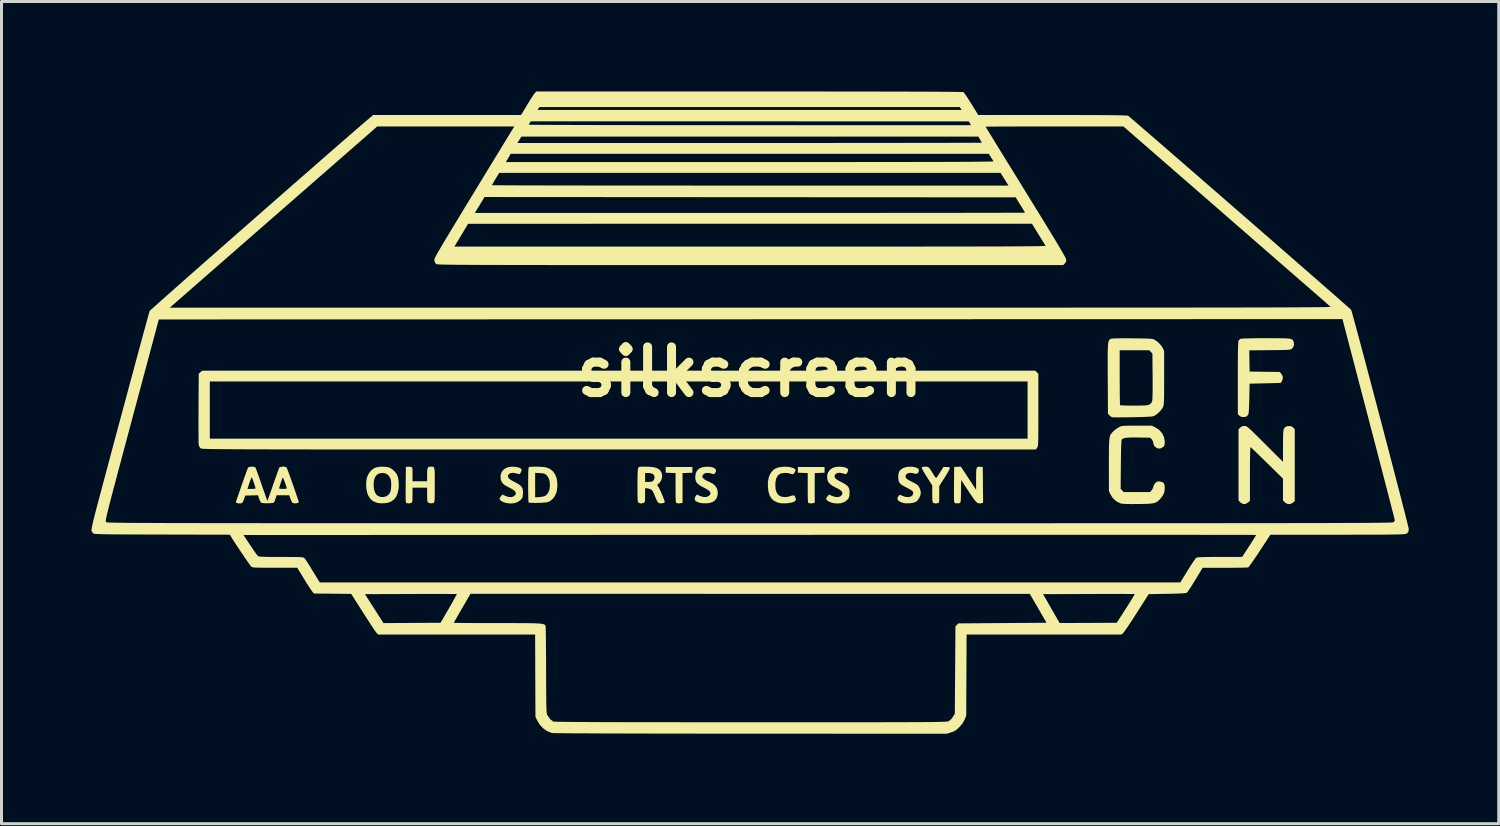
<source format=kicad_pcb>
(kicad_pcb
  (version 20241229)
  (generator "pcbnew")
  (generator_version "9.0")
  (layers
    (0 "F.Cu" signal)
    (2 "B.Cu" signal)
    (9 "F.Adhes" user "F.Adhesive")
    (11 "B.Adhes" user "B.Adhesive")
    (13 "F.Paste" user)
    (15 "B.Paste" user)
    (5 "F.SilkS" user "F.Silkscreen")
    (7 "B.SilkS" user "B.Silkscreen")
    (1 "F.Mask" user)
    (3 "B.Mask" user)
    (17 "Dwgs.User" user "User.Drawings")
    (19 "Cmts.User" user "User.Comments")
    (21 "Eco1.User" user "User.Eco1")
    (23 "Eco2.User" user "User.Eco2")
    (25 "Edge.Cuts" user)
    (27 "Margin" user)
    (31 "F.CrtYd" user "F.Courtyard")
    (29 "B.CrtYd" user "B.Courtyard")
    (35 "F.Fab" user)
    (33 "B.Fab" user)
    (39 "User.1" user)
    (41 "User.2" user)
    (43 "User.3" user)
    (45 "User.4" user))
  (footprint "silkscreen"
    (layer "F.Cu")
    (at 21.953 9.35)
    (property "Reference" "silkscreen" (at 0 0 0) (layer "F.SilkS") (effects (font (size 1.524 1.524) (thickness 0.3))))
    (attr board_only exclude_from_pos_files exclude_from_bom)
    (fp_poly (pts (xy -1.917 3.361) (xy -2.081 3.367) (xy -2.246 3.373) (xy -2.246 4.363) (xy -2.293 4.375) (xy -2.373 4.385) (xy -2.441 4.374) (xy -2.453 4.368) (xy -2.462 4.354) (xy -2.469 4.325) (xy -2.473 4.278) (xy -2.476 4.208) (xy -2.478 4.108) (xy -2.478 3.974) (xy -2.479 3.869) (xy -2.479 3.373) (xy -2.643 3.367) (xy -2.807 3.361) (xy -2.807 3.17) (xy -1.917 3.17)) (stroke (width 0) (type solid)) (fill yes) (layer "F.SilkS"))
    (fp_poly (pts (xy 2.489 3.361) (xy 2.325 3.367) (xy 2.161 3.373) (xy 2.161 4.363) (xy 2.113 4.375) (xy 2.033 4.385) (xy 1.965 4.374) (xy 1.953 4.368) (xy 1.944 4.354) (xy 1.937 4.325) (xy 1.933 4.278) (xy 1.93 4.208) (xy 1.928 4.108) (xy 1.928 3.974) (xy 1.928 3.869) (xy 1.928 3.373) (xy 1.764 3.367) (xy 1.599 3.361) (xy 1.599 3.17) (xy 2.489 3.17)) (stroke (width 0) (type solid)) (fill yes) (layer "F.SilkS"))
    (fp_poly (pts (xy 7.288 3.544) (xy 7.542 3.93) (xy 7.542 3.568) (xy 7.542 3.426) (xy 7.545 3.32) (xy 7.552 3.247) (xy 7.565 3.199) (xy 7.586 3.173) (xy 7.616 3.162) (xy 7.659 3.161) (xy 7.683 3.163) (xy 7.764 3.17) (xy 7.775 4.364) (xy 7.714 4.378) (xy 7.669 4.385) (xy 7.629 4.384) (xy 7.592 4.371) (xy 7.553 4.341) (xy 7.507 4.29) (xy 7.45 4.215) (xy 7.379 4.112) (xy 7.294 3.985) (xy 7.044 3.605) (xy 7.038 3.984) (xy 7.036 4.119) (xy 7.033 4.218) (xy 7.03 4.286) (xy 7.024 4.33) (xy 7.016 4.355) (xy 7.004 4.368) (xy 6.988 4.375) (xy 6.985 4.376) (xy 6.906 4.385) (xy 6.837 4.374) (xy 6.826 4.369) (xy 6.817 4.356) (xy 6.811 4.331) (xy 6.807 4.29) (xy 6.804 4.227) (xy 6.803 4.138) (xy 6.803 4.019) (xy 6.804 3.864) (xy 6.805 3.767) (xy 6.811 3.17) (xy 7.033 3.157)) (stroke (width 0) (type solid)) (fill yes) (layer "F.SilkS"))
    (fp_poly (pts (xy 5.895 3.161) (xy 5.936 3.17) (xy 5.97 3.192) (xy 6.006 3.234) (xy 6.049 3.301) (xy 6.101 3.388) (xy 6.144 3.457) (xy 6.18 3.509) (xy 6.204 3.535) (xy 6.209 3.536) (xy 6.227 3.517) (xy 6.261 3.469) (xy 6.306 3.401) (xy 6.339 3.35) (xy 6.451 3.17) (xy 6.557 3.17) (xy 6.624 3.173) (xy 6.659 3.186) (xy 6.668 3.204) (xy 6.66 3.232) (xy 6.631 3.29) (xy 6.587 3.369) (xy 6.531 3.462) (xy 6.494 3.522) (xy 6.313 3.806) (xy 6.313 4.084) (xy 6.313 4.197) (xy 6.311 4.275) (xy 6.307 4.325) (xy 6.299 4.353) (xy 6.286 4.368) (xy 6.267 4.375) (xy 6.265 4.375) (xy 6.189 4.387) (xy 6.13 4.373) (xy 6.117 4.366) (xy 6.102 4.352) (xy 6.091 4.327) (xy 6.085 4.284) (xy 6.081 4.216) (xy 6.08 4.115) (xy 6.08 4.064) (xy 6.08 3.785) (xy 5.899 3.501) (xy 5.837 3.403) (xy 5.786 3.315) (xy 5.749 3.246) (xy 5.73 3.201) (xy 5.728 3.188) (xy 5.759 3.168) (xy 5.829 3.159) (xy 5.843 3.159)) (stroke (width 0) (type solid)) (fill yes) (layer "F.SilkS"))
    (fp_poly (pts (xy 1.311 3.17) (xy 1.417 3.194) (xy 1.494 3.231) (xy 1.519 3.253) (xy 1.523 3.277) (xy 1.508 3.318) (xy 1.499 3.337) (xy 1.466 3.391) (xy 1.429 3.411) (xy 1.373 3.402) (xy 1.341 3.391) (xy 1.255 3.371) (xy 1.154 3.368) (xy 1.058 3.381) (xy 0.998 3.402) (xy 0.925 3.463) (xy 0.876 3.559) (xy 0.851 3.689) (xy 0.848 3.769) (xy 0.856 3.901) (xy 0.883 4.002) (xy 0.931 4.081) (xy 0.96 4.111) (xy 1.035 4.154) (xy 1.134 4.173) (xy 1.244 4.168) (xy 1.326 4.148) (xy 1.403 4.123) (xy 1.452 4.117) (xy 1.483 4.129) (xy 1.507 4.162) (xy 1.515 4.177) (xy 1.534 4.242) (xy 1.518 4.293) (xy 1.466 4.333) (xy 1.374 4.36) (xy 1.244 4.378) (xy 1.197 4.381) (xy 1.09 4.383) (xy 1.006 4.375) (xy 0.926 4.354) (xy 0.911 4.349) (xy 0.802 4.296) (xy 0.719 4.222) (xy 0.659 4.122) (xy 0.62 3.992) (xy 0.6 3.838) (xy 0.601 3.661) (xy 0.631 3.506) (xy 0.689 3.376) (xy 0.772 3.275) (xy 0.854 3.219) (xy 0.949 3.185) (xy 1.065 3.166) (xy 1.19 3.161)) (stroke (width 0) (type solid)) (fill yes) (layer "F.SilkS"))
    (fp_poly (pts (xy 16.511 1.803) (xy 16.533 1.807) (xy 16.557 1.817) (xy 16.587 1.836) (xy 16.625 1.866) (xy 16.676 1.911) (xy 16.742 1.972) (xy 16.825 2.054) (xy 16.931 2.158) (xy 17.06 2.287) (xy 17.174 2.401) (xy 17.774 2.999) (xy 17.774 2.487) (xy 17.775 2.324) (xy 17.777 2.181) (xy 17.781 2.063) (xy 17.787 1.976) (xy 17.793 1.924) (xy 17.796 1.917) (xy 17.836 1.849) (xy 17.898 1.813) (xy 17.976 1.803) (xy 18.048 1.811) (xy 18.101 1.844) (xy 18.114 1.857) (xy 18.166 1.912) (xy 18.166 4.308) (xy 18.106 4.359) (xy 18.026 4.404) (xy 17.942 4.408) (xy 17.863 4.371) (xy 17.836 4.348) (xy 17.774 4.286) (xy 17.774 3.559) (xy 17.242 3.036) (xy 17.117 2.914) (xy 17.002 2.802) (xy 16.9 2.703) (xy 16.814 2.62) (xy 16.748 2.557) (xy 16.706 2.518) (xy 16.691 2.505) (xy 16.687 2.524) (xy 16.683 2.582) (xy 16.679 2.674) (xy 16.677 2.798) (xy 16.674 2.948) (xy 16.673 3.122) (xy 16.672 3.316) (xy 16.672 3.399) (xy 16.672 4.3) (xy 16.607 4.355) (xy 16.527 4.402) (xy 16.449 4.406) (xy 16.374 4.368) (xy 16.353 4.348) (xy 16.291 4.286) (xy 16.291 1.914) (xy 16.347 1.858) (xy 16.404 1.816) (xy 16.475 1.802) (xy 16.489 1.802)) (stroke (width 0) (type solid)) (fill yes) (layer "F.SilkS"))
    (fp_poly (pts (xy -1.302 3.168) (xy -1.213 3.194) (xy -1.154 3.233) (xy -1.129 3.283) (xy -1.141 3.341) (xy -1.161 3.371) (xy -1.193 3.404) (xy -1.224 3.409) (xy -1.268 3.394) (xy -1.355 3.37) (xy -1.441 3.368) (xy -1.514 3.387) (xy -1.552 3.415) (xy -1.579 3.459) (xy -1.589 3.491) (xy -1.569 3.536) (xy -1.515 3.584) (xy -1.432 3.633) (xy -1.362 3.663) (xy -1.234 3.729) (xy -1.142 3.814) (xy -1.086 3.917) (xy -1.07 4.035) (xy -1.075 4.089) (xy -1.107 4.203) (xy -1.165 4.287) (xy -1.253 4.343) (xy -1.372 4.375) (xy -1.448 4.381) (xy -1.56 4.38) (xy -1.657 4.368) (xy -1.69 4.359) (xy -1.753 4.335) (xy -1.802 4.311) (xy -1.812 4.303) (xy -1.839 4.256) (xy -1.836 4.194) (xy -1.806 4.135) (xy -1.769 4.089) (xy -1.673 4.133) (xy -1.556 4.171) (xy -1.455 4.171) (xy -1.372 4.134) (xy -1.363 4.126) (xy -1.324 4.087) (xy -1.315 4.053) (xy -1.324 4.015) (xy -1.343 3.981) (xy -1.379 3.948) (xy -1.44 3.909) (xy -1.533 3.86) (xy -1.536 3.859) (xy -1.652 3.795) (xy -1.733 3.737) (xy -1.785 3.676) (xy -1.812 3.605) (xy -1.822 3.517) (xy -1.822 3.5) (xy -1.805 3.378) (xy -1.757 3.282) (xy -1.675 3.214) (xy -1.562 3.173) (xy -1.419 3.16)) (stroke (width 0) (type solid)) (fill yes) (layer "F.SilkS"))
    (fp_poly (pts (xy -12.131 3.167) (xy -12.032 3.187) (xy -12.001 3.199) (xy -11.92 3.25) (xy -11.841 3.324) (xy -11.778 3.405) (xy -11.754 3.453) (xy -11.726 3.559) (xy -11.71 3.688) (xy -11.708 3.823) (xy -11.716 3.908) (xy -11.748 4.056) (xy -11.8 4.172) (xy -11.876 4.261) (xy -11.979 4.331) (xy -11.98 4.331) (xy -12.069 4.362) (xy -12.182 4.379) (xy -12.302 4.382) (xy -12.41 4.37) (xy -12.449 4.36) (xy -12.564 4.309) (xy -12.65 4.236) (xy -12.72 4.133) (xy -12.763 4.021) (xy -12.789 3.885) (xy -12.795 3.76) (xy -12.546 3.76) (xy -12.534 3.909) (xy -12.498 4.027) (xy -12.437 4.11) (xy -12.407 4.133) (xy -12.315 4.169) (xy -12.212 4.172) (xy -12.116 4.143) (xy -12.103 4.135) (xy -12.038 4.083) (xy -11.994 4.015) (xy -11.969 3.924) (xy -11.96 3.801) (xy -11.959 3.774) (xy -11.961 3.674) (xy -11.969 3.604) (xy -11.986 3.551) (xy -12.001 3.522) (xy -12.068 3.434) (xy -12.147 3.385) (xy -12.247 3.368) (xy -12.255 3.368) (xy -12.363 3.385) (xy -12.446 3.437) (xy -12.505 3.522) (xy -12.538 3.641) (xy -12.546 3.76) (xy -12.795 3.76) (xy -12.796 3.739) (xy -12.784 3.595) (xy -12.765 3.511) (xy -12.714 3.396) (xy -12.636 3.295) (xy -12.541 3.219) (xy -12.465 3.185) (xy -12.363 3.166) (xy -12.246 3.16)) (stroke (width 0) (type solid)) (fill yes) (layer "F.SilkS"))
    (fp_poly (pts (xy -10.572 3.161) (xy -10.549 3.17) (xy -10.532 3.191) (xy -10.52 3.228) (xy -10.513 3.285) (xy -10.509 3.368) (xy -10.508 3.481) (xy -10.507 3.628) (xy -10.507 3.765) (xy -10.508 3.937) (xy -10.508 4.071) (xy -10.509 4.173) (xy -10.512 4.246) (xy -10.516 4.297) (xy -10.522 4.33) (xy -10.53 4.35) (xy -10.54 4.362) (xy -10.552 4.369) (xy -10.605 4.382) (xy -10.667 4.378) (xy -10.721 4.36) (xy -10.749 4.333) (xy -10.754 4.299) (xy -10.758 4.233) (xy -10.761 4.146) (xy -10.762 4.08) (xy -10.762 3.859) (xy -11.249 3.859) (xy -11.249 4.102) (xy -11.25 4.208) (xy -11.252 4.279) (xy -11.258 4.324) (xy -11.269 4.35) (xy -11.286 4.364) (xy -11.29 4.367) (xy -11.359 4.385) (xy -11.445 4.374) (xy -11.456 4.369) (xy -11.465 4.356) (xy -11.471 4.331) (xy -11.475 4.29) (xy -11.478 4.227) (xy -11.479 4.138) (xy -11.479 4.019) (xy -11.478 3.864) (xy -11.477 3.767) (xy -11.471 3.17) (xy -11.41 3.163) (xy -11.346 3.162) (xy -11.299 3.168) (xy -11.277 3.176) (xy -11.263 3.19) (xy -11.254 3.218) (xy -11.25 3.268) (xy -11.249 3.348) (xy -11.249 3.414) (xy -11.249 3.647) (xy -10.762 3.647) (xy -10.762 3.428) (xy -10.76 3.317) (xy -10.753 3.241) (xy -10.738 3.194) (xy -10.711 3.169) (xy -10.67 3.16) (xy -10.643 3.159) (xy -10.603 3.159)) (stroke (width 0) (type solid)) (fill yes) (layer "F.SilkS"))
    (fp_poly (pts (xy -7.048 3.161) (xy -6.949 3.166) (xy -6.863 3.173) (xy -6.801 3.182) (xy -6.8 3.182) (xy -6.67 3.232) (xy -6.565 3.317) (xy -6.492 3.42) (xy -6.447 3.535) (xy -6.423 3.675) (xy -6.419 3.825) (xy -6.438 3.97) (xy -6.45 4.019) (xy -6.501 4.135) (xy -6.576 4.235) (xy -6.668 4.309) (xy -6.747 4.344) (xy -6.797 4.352) (xy -6.873 4.359) (xy -6.967 4.364) (xy -7.069 4.367) (xy -7.17 4.368) (xy -7.261 4.366) (xy -7.332 4.363) (xy -7.373 4.356) (xy -7.379 4.353) (xy -7.383 4.329) (xy -7.386 4.268) (xy -7.389 4.176) (xy -7.391 4.059) (xy -7.393 3.921) (xy -7.393 3.769) (xy -7.393 3.762) (xy -7.393 3.589) (xy -7.392 3.453) (xy -7.391 3.366) (xy -7.16 3.366) (xy -7.16 4.182) (xy -7.01 4.172) (xy -6.896 4.157) (xy -6.819 4.13) (xy -6.804 4.12) (xy -6.731 4.041) (xy -6.686 3.931) (xy -6.669 3.792) (xy -6.669 3.787) (xy -6.677 3.655) (xy -6.704 3.554) (xy -6.753 3.473) (xy -6.78 3.444) (xy -6.819 3.411) (xy -6.86 3.392) (xy -6.916 3.381) (xy -7 3.375) (xy -7.002 3.374) (xy -7.16 3.366) (xy -7.391 3.366) (xy -7.39 3.35) (xy -7.387 3.276) (xy -7.383 3.226) (xy -7.377 3.195) (xy -7.368 3.178) (xy -7.36 3.172) (xy -7.317 3.165) (xy -7.244 3.161) (xy -7.151 3.16)) (stroke (width 0) (type solid)) (fill yes) (layer "F.SilkS"))
    (fp_poly (pts (xy 5.452 3.167) (xy 5.55 3.193) (xy 5.605 3.22) (xy 5.63 3.25) (xy 5.635 3.285) (xy 5.619 3.352) (xy 5.577 3.392) (xy 5.517 3.398) (xy 5.495 3.392) (xy 5.401 3.368) (xy 5.316 3.368) (xy 5.247 3.389) (xy 5.202 3.43) (xy 5.19 3.475) (xy 5.194 3.513) (xy 5.209 3.544) (xy 5.243 3.575) (xy 5.3 3.611) (xy 5.387 3.657) (xy 5.431 3.679) (xy 5.517 3.723) (xy 5.574 3.759) (xy 5.612 3.796) (xy 5.642 3.84) (xy 5.651 3.858) (xy 5.68 3.931) (xy 5.697 4.004) (xy 5.699 4.028) (xy 5.683 4.119) (xy 5.642 4.212) (xy 5.584 4.291) (xy 5.533 4.333) (xy 5.465 4.358) (xy 5.371 4.375) (xy 5.268 4.383) (xy 5.171 4.38) (xy 5.116 4.37) (xy 5.01 4.333) (xy 4.944 4.287) (xy 4.917 4.234) (xy 4.93 4.175) (xy 4.957 4.139) (xy 4.999 4.094) (xy 5.089 4.135) (xy 5.191 4.168) (xy 5.284 4.175) (xy 5.362 4.158) (xy 5.417 4.119) (xy 5.443 4.059) (xy 5.444 4.042) (xy 5.44 4.008) (xy 5.422 3.978) (xy 5.386 3.947) (xy 5.324 3.91) (xy 5.231 3.861) (xy 5.205 3.848) (xy 5.097 3.79) (xy 5.023 3.737) (xy 4.978 3.68) (xy 4.954 3.611) (xy 4.947 3.522) (xy 4.947 3.502) (xy 4.955 3.391) (xy 4.984 3.31) (xy 5.04 3.248) (xy 5.117 3.202) (xy 5.215 3.171) (xy 5.332 3.159)) (stroke (width 0) (type solid)) (fill yes) (layer "F.SilkS"))
    (fp_poly (pts (xy -7.845 3.163) (xy -7.751 3.176) (xy -7.674 3.2) (xy -7.624 3.235) (xy -7.614 3.252) (xy -7.615 3.29) (xy -7.634 3.343) (xy -7.637 3.35) (xy -7.666 3.395) (xy -7.697 3.408) (xy -7.718 3.404) (xy -7.833 3.373) (xy -7.919 3.363) (xy -7.982 3.374) (xy -8.031 3.405) (xy -8.042 3.416) (xy -8.067 3.459) (xy -8.061 3.509) (xy -8.059 3.515) (xy -8.038 3.549) (xy -7.997 3.584) (xy -7.929 3.626) (xy -7.848 3.668) (xy -7.732 3.731) (xy -7.651 3.788) (xy -7.6 3.848) (xy -7.573 3.916) (xy -7.565 4.002) (xy -7.567 4.054) (xy -7.574 4.135) (xy -7.586 4.189) (xy -7.611 4.231) (xy -7.644 4.269) (xy -7.739 4.337) (xy -7.858 4.378) (xy -7.993 4.388) (xy -8.136 4.368) (xy -8.174 4.357) (xy -8.257 4.323) (xy -8.317 4.281) (xy -8.345 4.238) (xy -8.347 4.228) (xy -8.334 4.194) (xy -8.302 4.149) (xy -8.299 4.145) (xy -8.251 4.089) (xy -8.156 4.133) (xy -8.047 4.169) (xy -7.95 4.174) (xy -7.872 4.149) (xy -7.819 4.096) (xy -7.817 4.093) (xy -7.803 4.042) (xy -7.82 3.993) (xy -7.87 3.944) (xy -7.957 3.891) (xy -8.011 3.864) (xy -8.127 3.804) (xy -8.208 3.748) (xy -8.262 3.691) (xy -8.294 3.626) (xy -8.306 3.584) (xy -8.315 3.464) (xy -8.285 3.355) (xy -8.222 3.265) (xy -8.128 3.2) (xy -8.127 3.2) (xy -8.043 3.174) (xy -7.945 3.162)) (stroke (width 0) (type solid)) (fill yes) (layer "F.SilkS"))
    (fp_poly (pts (xy 3.044 3.163) (xy 3.138 3.176) (xy 3.215 3.2) (xy 3.265 3.235) (xy 3.275 3.252) (xy 3.274 3.29) (xy 3.255 3.343) (xy 3.252 3.35) (xy 3.222 3.395) (xy 3.192 3.408) (xy 3.171 3.404) (xy 3.056 3.373) (xy 2.97 3.363) (xy 2.907 3.374) (xy 2.858 3.405) (xy 2.847 3.416) (xy 2.822 3.459) (xy 2.828 3.509) (xy 2.83 3.515) (xy 2.85 3.549) (xy 2.891 3.584) (xy 2.96 3.626) (xy 3.04 3.668) (xy 3.156 3.731) (xy 3.237 3.788) (xy 3.289 3.848) (xy 3.315 3.916) (xy 3.323 4.002) (xy 3.322 4.054) (xy 3.315 4.135) (xy 3.302 4.189) (xy 3.278 4.231) (xy 3.245 4.269) (xy 3.15 4.337) (xy 3.031 4.378) (xy 2.895 4.388) (xy 2.752 4.368) (xy 2.715 4.357) (xy 2.632 4.323) (xy 2.572 4.281) (xy 2.543 4.238) (xy 2.542 4.228) (xy 2.555 4.194) (xy 2.586 4.149) (xy 2.59 4.145) (xy 2.638 4.089) (xy 2.733 4.133) (xy 2.842 4.169) (xy 2.939 4.174) (xy 3.017 4.149) (xy 3.07 4.096) (xy 3.071 4.093) (xy 3.086 4.042) (xy 3.069 3.993) (xy 3.019 3.944) (xy 2.932 3.891) (xy 2.877 3.864) (xy 2.762 3.804) (xy 2.681 3.748) (xy 2.627 3.691) (xy 2.594 3.626) (xy 2.582 3.584) (xy 2.574 3.464) (xy 2.603 3.355) (xy 2.667 3.265) (xy 2.761 3.2) (xy 2.762 3.2) (xy 2.846 3.174) (xy 2.943 3.162)) (stroke (width 0) (type solid)) (fill yes) (layer "F.SilkS"))
    (fp_poly (pts (xy 17.422 -1.124) (xy 17.6 -1.123) (xy 17.744 -1.122) (xy 17.856 -1.118) (xy 17.943 -1.113) (xy 18.007 -1.105) (xy 18.052 -1.093) (xy 18.083 -1.078) (xy 18.104 -1.058) (xy 18.117 -1.033) (xy 18.128 -1.002) (xy 18.133 -0.989) (xy 18.143 -0.901) (xy 18.113 -0.822) (xy 18.07 -0.774) (xy 18.056 -0.762) (xy 18.037 -0.753) (xy 18.009 -0.745) (xy 17.968 -0.74) (xy 17.909 -0.735) (xy 17.828 -0.732) (xy 17.72 -0.729) (xy 17.58 -0.727) (xy 17.404 -0.725) (xy 17.337 -0.725) (xy 16.65 -0.718) (xy 16.656 -0.364) (xy 16.661 -0.011) (xy 17.163 -0.005) (xy 17.665 0.001) (xy 17.719 0.066) (xy 17.764 0.143) (xy 17.769 0.222) (xy 17.741 0.298) (xy 17.718 0.342) (xy 17.705 0.364) (xy 17.704 0.365) (xy 17.683 0.366) (xy 17.625 0.369) (xy 17.536 0.372) (xy 17.422 0.375) (xy 17.289 0.378) (xy 17.18 0.381) (xy 16.661 0.392) (xy 16.651 0.893) (xy 16.647 1.059) (xy 16.642 1.188) (xy 16.637 1.284) (xy 16.631 1.352) (xy 16.623 1.398) (xy 16.614 1.425) (xy 16.609 1.433) (xy 16.568 1.477) (xy 16.527 1.499) (xy 16.467 1.505) (xy 16.448 1.505) (xy 16.373 1.495) (xy 16.32 1.461) (xy 16.315 1.456) (xy 16.269 1.407) (xy 16.268 0.206) (xy 16.268 -0.09) (xy 16.269 -0.344) (xy 16.271 -0.557) (xy 16.273 -0.73) (xy 16.277 -0.864) (xy 16.281 -0.96) (xy 16.286 -1.018) (xy 16.29 -1.038) (xy 16.327 -1.082) (xy 16.353 -1.102) (xy 16.386 -1.108) (xy 16.459 -1.113) (xy 16.571 -1.117) (xy 16.718 -1.12) (xy 16.9 -1.123) (xy 17.114 -1.124) (xy 17.206 -1.124)) (stroke (width 0) (type solid)) (fill yes) (layer "F.SilkS"))
    (fp_poly (pts (xy -3.331 3.164) (xy -3.202 3.179) (xy -3.104 3.206) (xy -3.031 3.246) (xy -3.01 3.263) (xy -2.952 3.345) (xy -2.926 3.442) (xy -2.932 3.544) (xy -2.971 3.641) (xy -3.022 3.704) (xy -3.095 3.773) (xy -3.052 3.832) (xy -3.028 3.874) (xy -2.994 3.942) (xy -2.956 4.026) (xy -2.917 4.117) (xy -2.882 4.204) (xy -2.855 4.278) (xy -2.84 4.327) (xy -2.839 4.338) (xy -2.857 4.361) (xy -2.903 4.377) (xy -2.961 4.384) (xy -3.017 4.379) (xy -3.037 4.373) (xy -3.069 4.344) (xy -3.106 4.282) (xy -3.15 4.183) (xy -3.165 4.145) (xy -3.204 4.05) (xy -3.234 3.987) (xy -3.261 3.948) (xy -3.289 3.924) (xy -3.317 3.91) (xy -3.382 3.889) (xy -3.44 3.88) (xy -3.442 3.88) (xy -3.495 3.88) (xy -3.495 4.114) (xy -3.496 4.216) (xy -3.498 4.284) (xy -3.504 4.325) (xy -3.515 4.348) (xy -3.532 4.361) (xy -3.55 4.368) (xy -3.614 4.386) (xy -3.668 4.38) (xy -3.686 4.373) (xy -3.724 4.349) (xy -3.733 4.338) (xy -3.739 4.309) (xy -3.743 4.244) (xy -3.746 4.151) (xy -3.749 4.037) (xy -3.749 3.908) (xy -3.749 3.773) (xy -3.748 3.668) (xy -3.495 3.668) (xy -3.379 3.668) (xy -3.299 3.663) (xy -3.246 3.646) (xy -3.22 3.626) (xy -3.188 3.572) (xy -3.178 3.52) (xy -3.194 3.446) (xy -3.242 3.398) (xy -3.324 3.374) (xy -3.379 3.371) (xy -3.495 3.371) (xy -3.495 3.668) (xy -3.748 3.668) (xy -3.748 3.637) (xy -3.746 3.507) (xy -3.743 3.392) (xy -3.739 3.298) (xy -3.734 3.232) (xy -3.728 3.2) (xy -3.713 3.181) (xy -3.688 3.169) (xy -3.644 3.162) (xy -3.573 3.16) (xy -3.496 3.159)) (stroke (width 0) (type solid)) (fill yes) (layer "F.SilkS"))
    (fp_poly (pts (xy 9.566 0.01) (xy 9.618 0.062) (xy 9.618 1.268) (xy 9.618 1.525) (xy 9.617 1.742) (xy 9.617 1.924) (xy 9.616 2.074) (xy 9.615 2.195) (xy 9.613 2.29) (xy 9.61 2.364) (xy 9.607 2.419) (xy 9.602 2.458) (xy 9.597 2.486) (xy 9.59 2.505) (xy 9.582 2.52) (xy 9.574 2.531) (xy 9.53 2.587) (xy -4.372 2.587) (xy -5.291 2.587) (xy -6.169 2.587) (xy -7.006 2.587) (xy -7.803 2.587) (xy -8.562 2.587) (xy -9.284 2.587) (xy -9.969 2.586) (xy -10.618 2.586) (xy -11.232 2.586) (xy -11.813 2.586) (xy -12.361 2.586) (xy -12.877 2.586) (xy -13.362 2.586) (xy -13.818 2.585) (xy -14.244 2.585) (xy -14.642 2.585) (xy -15.014 2.584) (xy -15.359 2.584) (xy -15.679 2.583) (xy -15.975 2.583) (xy -16.248 2.582) (xy -16.498 2.581) (xy -16.727 2.581) (xy -16.936 2.58) (xy -17.126 2.579) (xy -17.297 2.578) (xy -17.45 2.577) (xy -17.588 2.576) (xy -17.709 2.575) (xy -17.816 2.573) (xy -17.909 2.572) (xy -17.99 2.571) (xy -18.059 2.569) (xy -18.117 2.567) (xy -18.166 2.566) (xy -18.205 2.564) (xy -18.237 2.562) (xy -18.262 2.56) (xy -18.281 2.558) (xy -18.294 2.555) (xy -18.304 2.553) (xy -18.311 2.55) (xy -18.315 2.548) (xy -18.319 2.545) (xy -18.319 2.544) (xy -18.356 2.493) (xy -18.377 2.433) (xy -18.38 2.399) (xy -18.382 2.327) (xy -18.383 2.226) (xy -18.007 2.226) (xy 9.258 2.226) (xy 9.258 0.318) (xy -18.007 0.318) (xy -18.007 2.226) (xy -18.383 2.226) (xy -18.383 2.221) (xy -18.384 2.085) (xy -18.385 1.923) (xy -18.385 1.739) (xy -18.385 1.539) (xy -18.384 1.324) (xy -18.384 1.212) (xy -18.377 0.06) (xy -18.318 0.009) (xy -18.259 -0.042) (xy 9.514 -0.042)) (stroke (width 0) (type solid)) (fill yes) (layer "F.SilkS"))
    (fp_poly (pts (xy 13.52 1.851) (xy 13.649 1.936) (xy 13.746 2.045) (xy 13.808 2.175) (xy 13.833 2.32) (xy 13.833 2.338) (xy 13.829 2.414) (xy 13.813 2.463) (xy 13.786 2.497) (xy 13.707 2.547) (xy 13.624 2.556) (xy 13.561 2.535) (xy 13.49 2.48) (xy 13.456 2.407) (xy 13.452 2.367) (xy 13.438 2.315) (xy 13.405 2.259) (xy 13.401 2.254) (xy 13.35 2.194) (xy 12.963 2.187) (xy 12.79 2.185) (xy 12.656 2.188) (xy 12.554 2.196) (xy 12.481 2.209) (xy 12.431 2.228) (xy 12.401 2.255) (xy 12.394 2.266) (xy 12.39 2.295) (xy 12.385 2.363) (xy 12.38 2.464) (xy 12.376 2.594) (xy 12.372 2.748) (xy 12.37 2.922) (xy 12.368 3.101) (xy 12.361 3.898) (xy 12.412 3.952) (xy 12.464 4.007) (xy 13.342 4.007) (xy 13.397 3.942) (xy 13.433 3.886) (xy 13.451 3.833) (xy 13.452 3.824) (xy 13.468 3.772) (xy 13.509 3.714) (xy 13.517 3.706) (xy 13.564 3.665) (xy 13.608 3.65) (xy 13.667 3.653) (xy 13.749 3.673) (xy 13.801 3.711) (xy 13.827 3.775) (xy 13.833 3.863) (xy 13.823 3.986) (xy 13.787 4.089) (xy 13.72 4.188) (xy 13.694 4.218) (xy 13.645 4.271) (xy 13.599 4.313) (xy 13.552 4.344) (xy 13.497 4.367) (xy 13.428 4.383) (xy 13.34 4.393) (xy 13.226 4.399) (xy 13.08 4.403) (xy 12.933 4.404) (xy 12.758 4.406) (xy 12.62 4.405) (xy 12.514 4.402) (xy 12.436 4.397) (xy 12.381 4.39) (xy 12.345 4.38) (xy 12.21 4.309) (xy 12.098 4.205) (xy 12.02 4.081) (xy 11.97 3.975) (xy 11.969 3.1) (xy 11.969 2.873) (xy 11.97 2.684) (xy 11.971 2.529) (xy 11.974 2.405) (xy 11.98 2.305) (xy 11.988 2.228) (xy 11.999 2.167) (xy 12.013 2.12) (xy 12.032 2.081) (xy 12.056 2.048) (xy 12.085 2.015) (xy 12.113 1.986) (xy 12.181 1.926) (xy 12.262 1.869) (xy 12.297 1.849) (xy 12.332 1.831) (xy 12.363 1.817) (xy 12.398 1.807) (xy 12.443 1.801) (xy 12.502 1.796) (xy 12.584 1.794) (xy 12.693 1.793) (xy 12.836 1.792) (xy 12.901 1.792) (xy 13.4 1.792)) (stroke (width 0) (type solid)) (fill yes) (layer "F.SilkS"))
    (fp_poly (pts (xy 12.613 -1.121) (xy 12.748 -1.12) (xy 12.938 -1.117) (xy 13.09 -1.115) (xy 13.209 -1.112) (xy 13.3 -1.109) (xy 13.368 -1.104) (xy 13.417 -1.098) (xy 13.452 -1.091) (xy 13.478 -1.081) (xy 13.489 -1.076) (xy 13.613 -0.988) (xy 13.715 -0.877) (xy 13.761 -0.803) (xy 13.812 -0.701) (xy 13.812 0.195) (xy 13.811 0.416) (xy 13.811 0.598) (xy 13.81 0.746) (xy 13.808 0.864) (xy 13.806 0.956) (xy 13.802 1.026) (xy 13.798 1.078) (xy 13.792 1.117) (xy 13.784 1.147) (xy 13.775 1.171) (xy 13.773 1.177) (xy 13.725 1.251) (xy 13.654 1.332) (xy 13.572 1.406) (xy 13.492 1.46) (xy 13.467 1.472) (xy 13.428 1.482) (xy 13.359 1.49) (xy 13.257 1.496) (xy 13.12 1.502) (xy 12.945 1.507) (xy 12.764 1.511) (xy 12.602 1.513) (xy 12.452 1.515) (xy 12.32 1.516) (xy 12.212 1.516) (xy 12.133 1.515) (xy 12.089 1.513) (xy 12.083 1.512) (xy 12.037 1.491) (xy 11.989 1.451) (xy 11.988 1.45) (xy 11.937 1.396) (xy 11.932 0.221) (xy 11.931 0.187) (xy 12.329 0.187) (xy 12.33 0.38) (xy 12.331 0.559) (xy 12.332 0.72) (xy 12.334 0.859) (xy 12.336 0.972) (xy 12.339 1.054) (xy 12.342 1.1) (xy 12.343 1.11) (xy 12.368 1.114) (xy 12.428 1.118) (xy 12.518 1.121) (xy 12.631 1.123) (xy 12.76 1.124) (xy 12.801 1.124) (xy 12.957 1.123) (xy 13.076 1.121) (xy 13.165 1.118) (xy 13.23 1.112) (xy 13.277 1.103) (xy 13.31 1.092) (xy 13.316 1.09) (xy 13.378 1.044) (xy 13.411 0.978) (xy 13.418 0.931) (xy 13.423 0.843) (xy 13.426 0.715) (xy 13.428 0.548) (xy 13.428 0.344) (xy 13.427 0.145) (xy 13.42 -0.611) (xy 13.369 -0.666) (xy 13.318 -0.721) (xy 12.329 -0.721) (xy 12.329 0.187) (xy 11.931 0.187) (xy 11.93 -0.042) (xy 11.93 -0.266) (xy 11.929 -0.454) (xy 11.93 -0.61) (xy 11.933 -0.737) (xy 11.936 -0.838) (xy 11.942 -0.916) (xy 11.949 -0.975) (xy 11.959 -1.018) (xy 11.971 -1.049) (xy 11.986 -1.07) (xy 12.004 -1.086) (xy 12.025 -1.098) (xy 12.034 -1.103) (xy 12.069 -1.11) (xy 12.144 -1.116) (xy 12.259 -1.119) (xy 12.415 -1.121)) (stroke (width 0) (type solid)) (fill yes) (layer "F.SilkS"))
    (fp_poly (pts (xy -15.481 3.167) (xy -15.448 3.186) (xy -15.436 3.211) (xy -15.413 3.271) (xy -15.38 3.358) (xy -15.341 3.466) (xy -15.297 3.589) (xy -15.25 3.72) (xy -15.203 3.853) (xy -15.158 3.982) (xy -15.118 4.101) (xy -15.083 4.202) (xy -15.058 4.28) (xy -15.043 4.329) (xy -15.041 4.341) (xy -15.06 4.363) (xy -15.106 4.378) (xy -15.165 4.383) (xy -15.211 4.378) (xy -15.247 4.364) (xy -15.274 4.332) (xy -15.302 4.274) (xy -15.315 4.239) (xy -15.361 4.113) (xy -15.779 4.113) (xy -15.815 4.224) (xy -15.838 4.29) (xy -15.86 4.339) (xy -15.87 4.356) (xy -15.901 4.367) (xy -15.962 4.375) (xy -16.041 4.379) (xy -16.127 4.38) (xy -16.206 4.377) (xy -16.268 4.37) (xy -16.298 4.36) (xy -16.321 4.327) (xy -16.348 4.269) (xy -16.364 4.224) (xy -16.401 4.112) (xy -16.614 4.118) (xy -16.827 4.124) (xy -16.866 4.239) (xy -16.892 4.305) (xy -16.917 4.354) (xy -16.932 4.371) (xy -16.979 4.384) (xy -17.047 4.384) (xy -17.101 4.374) (xy -17.133 4.359) (xy -17.138 4.35) (xy -17.132 4.324) (xy -17.113 4.265) (xy -17.084 4.178) (xy -17.047 4.071) (xy -17.005 3.948) (xy -16.989 3.901) (xy -16.753 3.901) (xy -16.617 3.901) (xy -16.548 3.899) (xy -16.499 3.893) (xy -16.481 3.885) (xy -16.488 3.856) (xy -16.505 3.799) (xy -16.528 3.726) (xy -16.554 3.649) (xy -16.579 3.581) (xy -16.598 3.532) (xy -16.607 3.515) (xy -16.619 3.527) (xy -16.64 3.571) (xy -16.667 3.641) (xy -16.687 3.7) (xy -16.753 3.901) (xy -16.989 3.901) (xy -16.959 3.817) (xy -16.912 3.684) (xy -16.867 3.554) (xy -16.824 3.435) (xy -16.787 3.332) (xy -16.757 3.252) (xy -16.737 3.201) (xy -16.73 3.186) (xy -16.698 3.17) (xy -16.64 3.16) (xy -16.609 3.159) (xy -16.544 3.164) (xy -16.498 3.178) (xy -16.488 3.186) (xy -16.476 3.212) (xy -16.452 3.273) (xy -16.419 3.363) (xy -16.378 3.477) (xy -16.331 3.609) (xy -16.281 3.753) (xy -16.232 3.896) (xy -16.187 4.025) (xy -16.148 4.135) (xy -16.118 4.221) (xy -16.098 4.277) (xy -16.09 4.299) (xy -16.09 4.299) (xy -16.082 4.282) (xy -16.062 4.229) (xy -16.032 4.147) (xy -15.994 4.039) (xy -15.949 3.913) (xy -15.939 3.884) (xy -15.698 3.884) (xy -15.678 3.893) (xy -15.628 3.899) (xy -15.57 3.901) (xy -15.503 3.899) (xy -15.458 3.893) (xy -15.444 3.885) (xy -15.45 3.849) (xy -15.467 3.791) (xy -15.491 3.721) (xy -15.517 3.649) (xy -15.543 3.584) (xy -15.564 3.538) (xy -15.577 3.518) (xy -15.579 3.52) (xy -15.6 3.578) (xy -15.626 3.653) (xy -15.652 3.732) (xy -15.675 3.804) (xy -15.691 3.858) (xy -15.698 3.884) (xy -15.939 3.884) (xy -15.9 3.771) (xy -15.899 3.769) (xy -15.849 3.625) (xy -15.802 3.493) (xy -15.761 3.378) (xy -15.728 3.286) (xy -15.705 3.224) (xy -15.694 3.196) (xy -15.662 3.174) (xy -15.605 3.161) (xy -15.539 3.158)) (stroke (width 0) (type solid)) (fill yes) (layer "F.SilkS"))
    (fp_poly (pts (xy 0.718 -9.35) (xy 1.417 -9.35) (xy 2.076 -9.35) (xy 2.696 -9.349) (xy 3.276 -9.349) (xy 3.816 -9.348) (xy 4.316 -9.347) (xy 4.775 -9.346) (xy 5.194 -9.345) (xy 5.572 -9.344) (xy 5.909 -9.343) (xy 6.205 -9.341) (xy 6.46 -9.34) (xy 6.674 -9.338) (xy 6.846 -9.336) (xy 6.976 -9.334) (xy 7.064 -9.332) (xy 7.111 -9.33) (xy 7.118 -9.329) (xy 7.14 -9.305) (xy 7.181 -9.251) (xy 7.235 -9.171) (xy 7.299 -9.073) (xy 7.369 -8.962) (xy 7.385 -8.937) (xy 7.612 -8.566) (xy 10.089 -8.566) (xy 10.512 -8.565) (xy 10.893 -8.565) (xy 11.234 -8.564) (xy 11.535 -8.563) (xy 11.797 -8.562) (xy 12.021 -8.56) (xy 12.208 -8.558) (xy 12.357 -8.555) (xy 12.472 -8.552) (xy 12.551 -8.549) (xy 12.596 -8.545) (xy 12.608 -8.543) (xy 12.628 -8.527) (xy 12.678 -8.484) (xy 12.757 -8.417) (xy 12.863 -8.326) (xy 12.994 -8.213) (xy 13.148 -8.08) (xy 13.324 -7.929) (xy 13.519 -7.76) (xy 13.733 -7.575) (xy 13.962 -7.375) (xy 14.207 -7.163) (xy 14.465 -6.94) (xy 14.733 -6.706) (xy 15.011 -6.465) (xy 15.297 -6.216) (xy 15.589 -5.963) (xy 15.885 -5.705) (xy 16.184 -5.445) (xy 16.484 -5.185) (xy 16.782 -4.925) (xy 17.078 -4.667) (xy 17.37 -4.413) (xy 17.655 -4.164) (xy 17.933 -3.922) (xy 18.201 -3.688) (xy 18.458 -3.464) (xy 18.702 -3.251) (xy 18.931 -3.051) (xy 19.144 -2.865) (xy 19.338 -2.695) (xy 19.513 -2.542) (xy 19.666 -2.408) (xy 19.795 -2.294) (xy 19.9 -2.202) (xy 19.977 -2.133) (xy 20.026 -2.089) (xy 20.045 -2.072) (xy 20.054 -2.047) (xy 20.073 -1.984) (xy 20.101 -1.885) (xy 20.137 -1.752) (xy 20.182 -1.589) (xy 20.234 -1.397) (xy 20.293 -1.179) (xy 20.357 -0.938) (xy 20.427 -0.677) (xy 20.502 -0.397) (xy 20.58 -0.101) (xy 20.662 0.208) (xy 20.746 0.527) (xy 20.833 0.855) (xy 20.921 1.188) (xy 21.009 1.524) (xy 21.098 1.86) (xy 21.185 2.195) (xy 21.272 2.524) (xy 21.356 2.847) (xy 21.438 3.16) (xy 21.516 3.461) (xy 21.59 3.747) (xy 21.66 4.016) (xy 21.724 4.265) (xy 21.782 4.492) (xy 21.834 4.693) (xy 21.878 4.868) (xy 21.914 5.012) (xy 21.942 5.124) (xy 21.96 5.201) (xy 21.968 5.24) (xy 21.968 5.244) (xy 21.958 5.32) (xy 21.922 5.371) (xy 21.882 5.397) (xy 21.868 5.402) (xy 21.844 5.406) (xy 21.808 5.41) (xy 21.758 5.414) (xy 21.692 5.417) (xy 21.606 5.419) (xy 21.5 5.421) (xy 21.369 5.423) (xy 21.213 5.424) (xy 21.029 5.426) (xy 20.814 5.426) (xy 20.566 5.427) (xy 20.283 5.427) (xy 19.962 5.428) (xy 19.601 5.428) (xy 17.355 5.428) (xy 17.001 5.967) (xy 16.912 6.102) (xy 16.829 6.225) (xy 16.755 6.333) (xy 16.694 6.42) (xy 16.648 6.482) (xy 16.621 6.514) (xy 16.616 6.518) (xy 16.588 6.521) (xy 16.523 6.523) (xy 16.425 6.526) (xy 16.3 6.528) (xy 16.153 6.53) (xy 15.989 6.531) (xy 15.839 6.531) (xy 15.094 6.532) (xy 14.85 6.936) (xy 14.777 7.054) (xy 14.709 7.162) (xy 14.65 7.252) (xy 14.603 7.319) (xy 14.572 7.358) (xy 14.564 7.364) (xy 14.528 7.373) (xy 14.453 7.381) (xy 14.337 7.388) (xy 14.18 7.393) (xy 13.982 7.398) (xy 13.909 7.399) (xy 13.296 7.41) (xy 12.898 8.036) (xy 12.803 8.184) (xy 12.713 8.322) (xy 12.63 8.447) (xy 12.559 8.552) (xy 12.502 8.634) (xy 12.463 8.688) (xy 12.445 8.709) (xy 12.39 8.756) (xy 7.225 8.756) (xy 7.219 10.108) (xy 7.213 11.46) (xy 7.162 11.587) (xy 7.108 11.692) (xy 7.027 11.796) (xy 6.981 11.845) (xy 6.907 11.915) (xy 6.845 11.961) (xy 6.779 11.994) (xy 6.707 12.019) (xy 6.563 12.064) (xy 0.024 12.062) (xy -0.529 12.062) (xy -1.068 12.061) (xy -1.591 12.061) (xy -2.096 12.06) (xy -2.582 12.06) (xy -3.047 12.059) (xy -3.491 12.058) (xy -3.911 12.057) (xy -4.307 12.056) (xy -4.676 12.055) (xy -5.017 12.054) (xy -5.329 12.052) (xy -5.61 12.051) (xy -5.859 12.05) (xy -6.074 12.048) (xy -6.254 12.047) (xy -6.398 12.045) (xy -6.503 12.044) (xy -6.569 12.042) (xy -6.594 12.041) (xy -6.747 11.984) (xy -6.885 11.89) (xy -7.003 11.766) (xy -7.088 11.628) (xy -7.15 11.502) (xy -7.156 10.129) (xy -7.161 8.756) (xy -12.397 8.756) (xy -12.453 8.695) (xy -12.478 8.663) (xy -12.522 8.6) (xy -12.582 8.51) (xy -12.656 8.398) (xy -12.74 8.269) (xy -12.831 8.127) (xy -12.901 8.018) (xy -13.288 7.41) (xy -12.835 7.41) (xy -12.526 7.893) (xy -12.218 8.375) (xy -11.266 8.37) (xy -10.518 8.365) (xy -9.872 8.365) (xy -9.851 8.367) (xy -9.792 8.368) (xy -9.697 8.37) (xy -9.569 8.371) (xy -9.414 8.372) (xy -9.233 8.373) (xy -9.03 8.374) (xy -8.808 8.374) (xy -8.572 8.375) (xy -8.42 8.375) (xy -8.124 8.375) (xy -7.867 8.375) (xy -7.646 8.376) (xy -7.459 8.377) (xy -7.304 8.379) (xy -7.176 8.382) (xy -7.073 8.387) (xy -6.993 8.392) (xy -6.932 8.4) (xy -6.887 8.409) (xy -6.856 8.42) (xy -6.836 8.433) (xy -6.823 8.449) (xy -6.816 8.467) (xy -6.811 8.485) (xy -6.809 8.514) (xy -6.807 8.582) (xy -6.805 8.685) (xy -6.803 8.819) (xy -6.801 8.982) (xy -6.8 9.169) (xy -6.798 9.376) (xy -6.796 9.6) (xy -6.795 9.838) (xy -6.795 9.954) (xy -6.794 10.234) (xy -6.793 10.475) (xy -6.792 10.68) (xy -6.79 10.852) (xy -6.789 10.994) (xy -6.787 11.109) (xy -6.784 11.201) (xy -6.781 11.273) (xy -6.778 11.328) (xy -6.773 11.369) (xy -6.768 11.4) (xy -6.761 11.423) (xy -6.753 11.441) (xy -6.745 11.459) (xy -6.744 11.46) (xy -6.663 11.574) (xy -6.561 11.655) (xy -6.557 11.658) (xy -6.539 11.66) (xy -6.495 11.662) (xy -6.423 11.664) (xy -6.323 11.666) (xy -6.194 11.668) (xy -6.035 11.67) (xy -5.845 11.672) (xy -5.624 11.673) (xy -5.37 11.674) (xy -5.084 11.676) (xy -4.763 11.677) (xy -4.408 11.678) (xy -4.016 11.679) (xy -3.589 11.679) (xy -3.124 11.68) (xy -2.622 11.68) (xy -2.08 11.681) (xy -1.499 11.681) (xy -0.877 11.681) (xy -0.214 11.682) (xy 0.022 11.682) (xy 0.646 11.682) (xy 1.229 11.682) (xy 1.772 11.682) (xy 2.277 11.682) (xy 2.746 11.682) (xy 3.179 11.682) (xy 3.579 11.681) (xy 3.945 11.681) (xy 4.281 11.681) (xy 4.587 11.68) (xy 4.865 11.68) (xy 5.116 11.679) (xy 5.341 11.678) (xy 5.542 11.678) (xy 5.721 11.677) (xy 5.878 11.675) (xy 6.016 11.674) (xy 6.135 11.673) (xy 6.236 11.671) (xy 6.323 11.669) (xy 6.395 11.667) (xy 6.454 11.665) (xy 6.502 11.663) (xy 6.54 11.66) (xy 6.569 11.658) (xy 6.591 11.655) (xy 6.607 11.652) (xy 6.619 11.648) (xy 6.628 11.645) (xy 6.631 11.643) (xy 6.685 11.602) (xy 6.742 11.54) (xy 6.768 11.502) (xy 6.832 11.399) (xy 6.843 9.941) (xy 6.853 8.482) (xy 6.95 8.385) (xy 9.89 8.364) (xy 9.611 7.882) (xy 9.337 7.41) (xy 9.775 7.41) (xy 10.051 7.892) (xy 10.327 8.373) (xy 11.28 8.369) (xy 12.232 8.364) (xy 12.536 7.89) (xy 12.616 7.764) (xy 12.688 7.649) (xy 12.748 7.552) (xy 12.794 7.476) (xy 12.823 7.426) (xy 12.831 7.407) (xy 12.809 7.406) (xy 12.748 7.405) (xy 12.652 7.404) (xy 12.523 7.404) (xy 12.365 7.403) (xy 12.182 7.403) (xy 11.976 7.403) (xy 11.752 7.403) (xy 11.512 7.404) (xy 11.299 7.405) (xy 9.775 7.41) (xy 9.337 7.41) (xy 9.332 7.4) (xy -9.317 7.399) (xy -9.594 7.878) (xy -9.669 8.006) (xy -9.736 8.123) (xy -9.792 8.222) (xy -9.836 8.298) (xy -9.863 8.348) (xy -9.872 8.365) (xy -10.518 8.365) (xy -10.314 8.364) (xy -10.039 7.89) (xy -9.965 7.762) (xy -9.9 7.646) (xy -9.845 7.548) (xy -9.804 7.472) (xy -9.779 7.424) (xy -9.772 7.407) (xy -9.794 7.406) (xy -9.855 7.405) (xy -9.952 7.404) (xy -10.081 7.404) (xy -10.239 7.403) (xy -10.422 7.403) (xy -10.627 7.403) (xy -10.852 7.403) (xy -11.092 7.404) (xy -11.307 7.405) (xy -12.835 7.41) (xy -13.288 7.41) (xy -13.293 7.401) (xy -13.915 7.395) (xy -14.537 7.389) (xy -14.593 7.321) (xy -14.621 7.282) (xy -14.667 7.214) (xy -14.726 7.123) (xy -14.794 7.017) (xy -14.865 6.901) (xy -14.871 6.892) (xy -15.093 6.53) (xy -15.838 6.53) (xy -16.037 6.53) (xy -16.197 6.529) (xy -16.324 6.528) (xy -16.422 6.526) (xy -16.495 6.523) (xy -16.547 6.519) (xy -16.583 6.513) (xy -16.606 6.505) (xy -16.622 6.496) (xy -16.626 6.493) (xy -16.647 6.468) (xy -16.687 6.412) (xy -16.743 6.333) (xy -16.811 6.235) (xy -16.886 6.124) (xy -16.966 6.006) (xy -17.046 5.887) (xy -17.122 5.773) (xy -17.19 5.668) (xy -17.247 5.579) (xy -17.289 5.511) (xy -17.297 5.497) (xy -17.332 5.438) (xy -16.884 5.438) (xy -16.659 5.778) (xy -16.587 5.885) (xy -16.521 5.981) (xy -16.465 6.061) (xy -16.424 6.116) (xy -16.401 6.143) (xy -16.401 6.143) (xy -16.381 6.151) (xy -16.338 6.157) (xy -16.271 6.162) (xy -16.175 6.165) (xy -16.048 6.168) (xy -15.885 6.169) (xy -15.684 6.17) (xy -15.632 6.17) (xy -15.435 6.17) (xy -15.276 6.171) (xy -15.15 6.172) (xy -15.054 6.174) (xy -14.982 6.177) (xy -14.931 6.181) (xy -14.897 6.187) (xy -14.874 6.195) (xy -14.858 6.204) (xy -14.856 6.207) (xy -14.83 6.238) (xy -14.788 6.298) (xy -14.735 6.379) (xy -14.675 6.475) (xy -14.648 6.52) (xy -14.583 6.627) (xy -14.519 6.731) (xy -14.463 6.823) (xy -14.421 6.891) (xy -14.411 6.907) (xy -14.34 7.018) (xy 14.352 7.018) (xy 14.593 6.625) (xy 14.666 6.508) (xy 14.735 6.401) (xy 14.794 6.312) (xy 14.842 6.245) (xy 14.872 6.207) (xy 14.878 6.201) (xy 14.896 6.193) (xy 14.926 6.186) (xy 14.972 6.18) (xy 15.039 6.176) (xy 15.129 6.173) (xy 15.248 6.171) (xy 15.4 6.17) (xy 15.588 6.17) (xy 15.667 6.17) (xy 16.411 6.17) (xy 16.648 5.807) (xy 16.719 5.697) (xy 16.781 5.6) (xy 16.83 5.521) (xy 16.863 5.465) (xy 16.877 5.437) (xy 16.878 5.436) (xy 16.856 5.435) (xy 16.793 5.435) (xy 16.69 5.434) (xy 16.548 5.434) (xy 16.367 5.434) (xy 16.149 5.433) (xy 15.894 5.433) (xy 15.604 5.433) (xy 15.28 5.433) (xy 14.923 5.432) (xy 14.533 5.432) (xy 14.112 5.432) (xy 13.66 5.432) (xy 13.18 5.432) (xy 12.671 5.432) (xy 12.134 5.432) (xy 11.572 5.432) (xy 10.984 5.431) (xy 10.372 5.431) (xy 9.737 5.431) (xy 9.079 5.431) (xy 8.4 5.431) (xy 7.701 5.431) (xy 6.983 5.432) (xy 6.246 5.432) (xy 5.492 5.432) (xy 4.722 5.432) (xy 3.937 5.432) (xy 3.137 5.432) (xy 2.324 5.432) (xy 1.499 5.433) (xy 0.663 5.433) (xy -0.007 5.433) (xy -16.884 5.438) (xy -17.332 5.438) (xy -17.338 5.428) (xy -19.598 5.423) (xy -19.957 5.422) (xy -20.276 5.421) (xy -20.557 5.42) (xy -20.803 5.419) (xy -21.017 5.418) (xy -21.2 5.417) (xy -21.355 5.415) (xy -21.485 5.413) (xy -21.592 5.411) (xy -21.677 5.409) (xy -21.745 5.406) (xy -21.797 5.403) (xy -21.835 5.399) (xy -21.862 5.395) (xy -21.88 5.39) (xy -21.892 5.385) (xy -21.9 5.379) (xy -21.937 5.328) (xy -21.953 5.286) (xy -21.951 5.249) (xy -21.939 5.179) (xy -21.919 5.081) (xy -21.894 4.97) (xy -21.477 4.97) (xy -21.477 4.986) (xy -21.474 4.997) (xy -21.47 5.004) (xy -21.469 5.005) (xy -21.466 5.008) (xy -21.463 5.01) (xy -21.457 5.012) (xy -21.448 5.014) (xy -21.435 5.015) (xy -21.418 5.017) (xy -21.396 5.019) (xy -21.368 5.021) (xy -21.333 5.022) (xy -21.29 5.024) (xy -21.24 5.025) (xy -21.18 5.027) (xy -21.11 5.028) (xy -21.03 5.029) (xy -20.938 5.03) (xy -20.834 5.032) (xy -20.718 5.033) (xy -20.587 5.034) (xy -20.442 5.035) (xy -20.282 5.036) (xy -20.106 5.036) (xy -19.913 5.037) (xy -19.703 5.038) (xy -19.474 5.039) (xy -19.226 5.039) (xy -18.959 5.04) (xy -18.67 5.041) (xy -18.361 5.041) (xy -18.029 5.042) (xy -17.674 5.042) (xy -17.296 5.043) (xy -16.893 5.043) (xy -16.464 5.043) (xy -16.01 5.044) (xy -15.529 5.044) (xy -15.021 5.044) (xy -14.484 5.045) (xy -13.918 5.045) (xy -13.322 5.045) (xy -12.695 5.045) (xy -12.038 5.045) (xy -11.347 5.046) (xy -10.624 5.046) (xy -9.868 5.046) (xy -9.077 5.046) (xy -8.25 5.046) (xy -7.388 5.046) (xy -6.488 5.046) (xy -5.551 5.046) (xy -4.576 5.046) (xy -3.562 5.046) (xy -2.508 5.046) (xy -1.413 5.046) (xy -0.277 5.046) (xy -0.004 5.046) (xy 1.146 5.046) (xy 2.254 5.046) (xy 3.321 5.046) (xy 4.347 5.046) (xy 5.335 5.046) (xy 6.284 5.046) (xy 7.195 5.046) (xy 8.069 5.046) (xy 8.907 5.046) (xy 9.71 5.046) (xy 10.478 5.045) (xy 11.211 5.045) (xy 11.912 5.045) (xy 12.58 5.045) (xy 13.216 5.045) (xy 13.822 5.044) (xy 14.397 5.044) (xy 14.943 5.044) (xy 15.46 5.044) (xy 15.95 5.043) (xy 16.412 5.043) (xy 16.848 5.042) (xy 17.258 5.042) (xy 17.644 5.042) (xy 18.005 5.041) (xy 18.344 5.04) (xy 18.659 5.04) (xy 18.953 5.039) (xy 19.226 5.039) (xy 19.479 5.038) (xy 19.712 5.037) (xy 19.927 5.036) (xy 20.123 5.035) (xy 20.303 5.035) (xy 20.466 5.034) (xy 20.613 5.033) (xy 20.746 5.032) (xy 20.864 5.031) (xy 20.969 5.029) (xy 21.061 5.028) (xy 21.142 5.027) (xy 21.211 5.026) (xy 21.27 5.024) (xy 21.32 5.023) (xy 21.36 5.021) (xy 21.393 5.02) (xy 21.419 5.018) (xy 21.438 5.016) (xy 21.451 5.015) (xy 21.459 5.013) (xy 21.463 5.011) (xy 21.463 5.011) (xy 21.494 4.972) (xy 21.502 4.944) (xy 21.497 4.921) (xy 21.481 4.858) (xy 21.456 4.759) (xy 21.422 4.626) (xy 21.379 4.46) (xy 21.329 4.264) (xy 21.271 4.04) (xy 21.206 3.79) (xy 21.135 3.517) (xy 21.059 3.222) (xy 20.977 2.908) (xy 20.891 2.577) (xy 20.801 2.231) (xy 20.707 1.873) (xy 20.63 1.577) (xy 19.757 -1.76) (xy 0.025 -1.754) (xy -19.708 -1.749) (xy -20.607 1.608) (xy -20.723 2.042) (xy -20.829 2.438) (xy -20.925 2.796) (xy -21.011 3.119) (xy -21.088 3.408) (xy -21.156 3.666) (xy -21.217 3.894) (xy -21.269 4.094) (xy -21.315 4.268) (xy -21.353 4.418) (xy -21.386 4.545) (xy -21.412 4.652) (xy -21.434 4.741) (xy -21.45 4.813) (xy -21.462 4.87) (xy -21.471 4.914) (xy -21.475 4.947) (xy -21.477 4.97) (xy -21.894 4.97) (xy -21.892 4.964) (xy -21.86 4.833) (xy -21.85 4.794) (xy -21.819 4.673) (xy -21.779 4.52) (xy -21.731 4.338) (xy -21.676 4.13) (xy -21.614 3.898) (xy -21.547 3.645) (xy -21.474 3.374) (xy -21.397 3.086) (xy -21.317 2.785) (xy -21.234 2.474) (xy -21.148 2.154) (xy -21.061 1.829) (xy -20.972 1.501) (xy -20.884 1.173) (xy -20.796 0.847) (xy -20.71 0.525) (xy -20.625 0.211) (xy -20.543 -0.092) (xy -20.465 -0.384) (xy -20.39 -0.66) (xy -20.32 -0.918) (xy -20.255 -1.156) (xy -20.197 -1.371) (xy -20.145 -1.56) (xy -20.101 -1.721) (xy -20.065 -1.851) (xy -20.038 -1.948) (xy -20.021 -2.009) (xy -20.014 -2.031) (xy -19.997 -2.049) (xy -19.949 -2.093) (xy -19.895 -2.141) (xy -19.343 -2.141) (xy 0.025 -2.141) (xy 1.131 -2.141) (xy 2.196 -2.141) (xy 3.219 -2.141) (xy 4.203 -2.142) (xy 5.147 -2.142) (xy 6.053 -2.142) (xy 6.921 -2.142) (xy 7.751 -2.142) (xy 8.546 -2.142) (xy 9.305 -2.142) (xy 10.029 -2.142) (xy 10.719 -2.143) (xy 11.376 -2.143) (xy 12 -2.143) (xy 12.592 -2.144) (xy 13.154 -2.144) (xy 13.685 -2.144) (xy 14.187 -2.145) (xy 14.66 -2.145) (xy 15.105 -2.146) (xy 15.523 -2.146) (xy 15.914 -2.147) (xy 16.28 -2.147) (xy 16.62 -2.148) (xy 16.937 -2.149) (xy 17.23 -2.149) (xy 17.5 -2.15) (xy 17.749 -2.151) (xy 17.976 -2.152) (xy 18.183 -2.153) (xy 18.37 -2.154) (xy 18.539 -2.155) (xy 18.689 -2.156) (xy 18.822 -2.157) (xy 18.938 -2.158) (xy 19.038 -2.159) (xy 19.123 -2.16) (xy 19.194 -2.162) (xy 19.252 -2.163) (xy 19.296 -2.165) (xy 19.329 -2.166) (xy 19.35 -2.168) (xy 19.36 -2.169) (xy 19.362 -2.171) (xy 19.343 -2.187) (xy 19.294 -2.23) (xy 19.215 -2.298) (xy 19.11 -2.391) (xy 18.978 -2.506) (xy 18.821 -2.642) (xy 18.642 -2.798) (xy 18.44 -2.974) (xy 18.219 -3.166) (xy 17.979 -3.375) (xy 17.722 -3.599) (xy 17.449 -3.837) (xy 17.161 -4.087) (xy 16.861 -4.348) (xy 16.55 -4.619) (xy 16.229 -4.898) (xy 15.899 -5.185) (xy 15.892 -5.192) (xy 12.453 -8.184) (xy 10.156 -8.184) (xy 9.848 -8.184) (xy 9.552 -8.184) (xy 9.271 -8.183) (xy 9.007 -8.183) (xy 8.764 -8.182) (xy 8.544 -8.182) (xy 8.35 -8.181) (xy 8.184 -8.18) (xy 8.049 -8.179) (xy 7.948 -8.178) (xy 7.884 -8.177) (xy 7.86 -8.176) (xy 7.859 -8.175) (xy 7.87 -8.157) (xy 7.902 -8.104) (xy 7.954 -8.02) (xy 8.023 -7.906) (xy 8.11 -7.765) (xy 8.211 -7.599) (xy 8.327 -7.411) (xy 8.456 -7.201) (xy 8.596 -6.974) (xy 8.747 -6.73) (xy 8.906 -6.472) (xy 9.072 -6.203) (xy 9.199 -5.997) (xy 9.413 -5.649) (xy 9.606 -5.336) (xy 9.778 -5.056) (xy 9.93 -4.808) (xy 10.063 -4.589) (xy 10.178 -4.4) (xy 10.275 -4.237) (xy 10.356 -4.101) (xy 10.421 -3.989) (xy 10.472 -3.9) (xy 10.509 -3.832) (xy 10.533 -3.784) (xy 10.544 -3.755) (xy 10.546 -3.749) (xy 10.544 -3.684) (xy 10.516 -3.634) (xy 10.5 -3.616) (xy 10.446 -3.562) (xy 0.014 -3.562) (xy -0.781 -3.562) (xy -1.534 -3.562) (xy -2.247 -3.562) (xy -2.921 -3.562) (xy -3.557 -3.562) (xy -4.156 -3.562) (xy -4.72 -3.562) (xy -5.248 -3.563) (xy -5.744 -3.563) (xy -6.206 -3.563) (xy -6.638 -3.563) (xy -7.039 -3.564) (xy -7.411 -3.564) (xy -7.755 -3.565) (xy -8.072 -3.565) (xy -8.363 -3.566) (xy -8.63 -3.566) (xy -8.873 -3.567) (xy -9.093 -3.568) (xy -9.292 -3.569) (xy -9.471 -3.57) (xy -9.63 -3.571) (xy -9.772 -3.572) (xy -9.896 -3.573) (xy -10.004 -3.575) (xy -10.098 -3.576) (xy -10.178 -3.578) (xy -10.245 -3.58) (xy -10.301 -3.581) (xy -10.346 -3.583) (xy -10.382 -3.585) (xy -10.41 -3.588) (xy -10.431 -3.59) (xy -10.446 -3.592) (xy -10.455 -3.595) (xy -10.462 -3.598) (xy -10.463 -3.599) (xy -10.498 -3.645) (xy -10.52 -3.707) (xy -10.521 -3.714) (xy -10.522 -3.727) (xy -10.52 -3.743) (xy -10.515 -3.764) (xy -10.504 -3.792) (xy -10.487 -3.829) (xy -10.463 -3.876) (xy -10.43 -3.937) (xy -10.388 -4.012) (xy -10.334 -4.104) (xy -10.292 -4.177) (xy -9.853 -4.177) (xy 0.011 -4.177) (xy 0.807 -4.177) (xy 1.563 -4.177) (xy 2.277 -4.177) (xy 2.953 -4.177) (xy 3.59 -4.177) (xy 4.189 -4.178) (xy 4.752 -4.178) (xy 5.279 -4.178) (xy 5.772 -4.179) (xy 6.231 -4.179) (xy 6.658 -4.18) (xy 7.052 -4.18) (xy 7.416 -4.181) (xy 7.751 -4.182) (xy 8.056 -4.183) (xy 8.334 -4.183) (xy 8.585 -4.184) (xy 8.81 -4.186) (xy 9.01 -4.187) (xy 9.187 -4.188) (xy 9.34 -4.189) (xy 9.472 -4.191) (xy 9.582 -4.192) (xy 9.672 -4.194) (xy 9.744 -4.196) (xy 9.797 -4.197) (xy 9.833 -4.199) (xy 9.854 -4.201) (xy 9.859 -4.203) (xy 9.843 -4.229) (xy 9.809 -4.285) (xy 9.76 -4.364) (xy 9.699 -4.462) (xy 9.631 -4.572) (xy 9.623 -4.585) (xy 9.404 -4.94) (xy -9.395 -4.939) (xy -9.575 -4.639) (xy -9.64 -4.531) (xy -9.701 -4.43) (xy -9.753 -4.344) (xy -9.791 -4.281) (xy -9.804 -4.258) (xy -9.853 -4.177) (xy -10.292 -4.177) (xy -10.269 -4.215) (xy -10.191 -4.347) (xy -10.098 -4.501) (xy -9.99 -4.68) (xy -9.866 -4.886) (xy -9.723 -5.121) (xy -9.614 -5.301) (xy -9.171 -5.301) (xy 0.001 -5.301) (xy 0.622 -5.301) (xy 1.232 -5.301) (xy 1.83 -5.301) (xy 2.415 -5.301) (xy 2.985 -5.301) (xy 3.538 -5.301) (xy 4.074 -5.301) (xy 4.591 -5.302) (xy 5.088 -5.302) (xy 5.563 -5.302) (xy 6.015 -5.303) (xy 6.442 -5.303) (xy 6.844 -5.303) (xy 7.219 -5.304) (xy 7.565 -5.304) (xy 7.881 -5.305) (xy 8.166 -5.305) (xy 8.418 -5.306) (xy 8.637 -5.306) (xy 8.82 -5.307) (xy 8.966 -5.307) (xy 9.075 -5.308) (xy 9.144 -5.308) (xy 9.172 -5.309) (xy 9.173 -5.309) (xy 9.162 -5.329) (xy 9.133 -5.379) (xy 9.09 -5.45) (xy 9.036 -5.538) (xy 9.017 -5.569) (xy 8.861 -5.82) (xy 0.006 -5.825) (xy -8.848 -5.831) (xy -9.009 -5.566) (xy -9.171 -5.301) (xy -9.614 -5.301) (xy -9.562 -5.386) (xy -9.381 -5.684) (xy -9.225 -5.94) (xy -9.056 -6.217) (xy -9.051 -6.226) (xy -8.601 -6.226) (xy -8.58 -6.225) (xy -8.518 -6.224) (xy -8.417 -6.223) (xy -8.277 -6.222) (xy -8.101 -6.221) (xy -7.889 -6.22) (xy -7.643 -6.219) (xy -7.365 -6.219) (xy -7.056 -6.218) (xy -6.717 -6.217) (xy -6.35 -6.217) (xy -5.955 -6.216) (xy -5.536 -6.215) (xy -5.092 -6.215) (xy -4.626 -6.214) (xy -4.138 -6.214) (xy -3.63 -6.213) (xy -3.104 -6.213) (xy -2.561 -6.213) (xy -2.003 -6.213) (xy -1.43 -6.212) (xy -0.844 -6.212) (xy -0.247 -6.212) (xy 0.011 -6.212) (xy 8.622 -6.212) (xy 8.52 -6.377) (xy 8.47 -6.456) (xy 8.426 -6.526) (xy 8.395 -6.577) (xy 8.387 -6.589) (xy 8.358 -6.636) (xy 0.0002 -6.636) (xy -8.357 -6.636) (xy -8.479 -6.438) (xy -8.528 -6.356) (xy -8.568 -6.288) (xy -8.594 -6.242) (xy -8.601 -6.226) (xy -9.051 -6.226) (xy -8.894 -6.484) (xy -8.738 -6.739) (xy -8.591 -6.98) (xy -8.581 -6.997) (xy -8.137 -6.997) (xy 0.000049 -6.997) (xy 0.722 -6.997) (xy 1.402 -6.997) (xy 2.042 -6.997) (xy 2.643 -6.997) (xy 3.206 -6.997) (xy 3.732 -6.998) (xy 4.222 -6.998) (xy 4.677 -6.998) (xy 5.098 -6.999) (xy 5.487 -7) (xy 5.843 -7) (xy 6.17 -7.001) (xy 6.466 -7.002) (xy 6.734 -7.003) (xy 6.975 -7.004) (xy 7.19 -7.005) (xy 7.379 -7.006) (xy 7.544 -7.008) (xy 7.686 -7.009) (xy 7.806 -7.011) (xy 7.904 -7.012) (xy 7.983 -7.014) (xy 8.043 -7.016) (xy 8.086 -7.018) (xy 8.111 -7.02) (xy 8.121 -7.023) (xy 8.121 -7.023) (xy 8.102 -7.054) (xy 8.068 -7.108) (xy 8.035 -7.161) (xy 7.964 -7.272) (xy -7.98 -7.272) (xy -8.003 -7.225) (xy -8.028 -7.178) (xy -8.065 -7.115) (xy -8.082 -7.087) (xy -8.137 -6.997) (xy -8.581 -6.997) (xy -8.454 -7.205) (xy -8.328 -7.411) (xy -8.216 -7.596) (xy -8.193 -7.633) (xy -7.752 -7.633) (xy -0.01 -7.633) (xy 0.56 -7.633) (xy 1.12 -7.633) (xy 1.667 -7.633) (xy 2.2 -7.633) (xy 2.717 -7.633) (xy 3.218 -7.634) (xy 3.701 -7.634) (xy 4.163 -7.634) (xy 4.605 -7.635) (xy 5.023 -7.635) (xy 5.418 -7.636) (xy 5.786 -7.636) (xy 6.128 -7.637) (xy 6.441 -7.637) (xy 6.723 -7.638) (xy 6.974 -7.638) (xy 7.192 -7.639) (xy 7.375 -7.64) (xy 7.522 -7.64) (xy 7.631 -7.641) (xy 7.702 -7.642) (xy 7.731 -7.642) (xy 7.732 -7.642) (xy 7.722 -7.665) (xy 7.696 -7.711) (xy 7.674 -7.748) (xy 7.616 -7.845) (xy -7.62 -7.845) (xy -7.686 -7.739) (xy -7.752 -7.633) (xy -8.193 -7.633) (xy -8.117 -7.758) (xy -8.034 -7.894) (xy -7.968 -8.002) (xy -7.92 -8.08) (xy -7.892 -8.125) (xy -7.885 -8.136) (xy -7.855 -8.184) (xy -12.425 -8.184) (xy -15.884 -5.163) (xy -19.343 -2.141) (xy -19.895 -2.141) (xy -19.873 -2.161) (xy -19.77 -2.253) (xy -19.642 -2.367) (xy -19.491 -2.501) (xy -19.318 -2.654) (xy -19.125 -2.825) (xy -18.915 -3.011) (xy -18.688 -3.211) (xy -18.446 -3.424) (xy -18.191 -3.648) (xy -17.925 -3.882) (xy -17.65 -4.124) (xy -17.367 -4.373) (xy -17.078 -4.627) (xy -16.784 -4.885) (xy -16.488 -5.144) (xy -16.191 -5.405) (xy -15.895 -5.664) (xy -15.602 -5.921) (xy -15.313 -6.175) (xy -15.029 -6.422) (xy -14.754 -6.663) (xy -14.488 -6.896) (xy -14.234 -7.118) (xy -13.992 -7.329) (xy -13.765 -7.527) (xy -13.555 -7.71) (xy -13.362 -7.877) (xy -13.19 -8.027) (xy -13.039 -8.158) (xy -12.94 -8.243) (xy -7.372 -8.243) (xy -7.351 -8.242) (xy -7.289 -8.24) (xy -7.188 -8.239) (xy -7.049 -8.238) (xy -6.874 -8.237) (xy -6.664 -8.236) (xy -6.421 -8.235) (xy -6.146 -8.234) (xy -5.841 -8.233) (xy -5.507 -8.232) (xy -5.146 -8.231) (xy -4.759 -8.23) (xy -4.349 -8.23) (xy -3.915 -8.229) (xy -3.461 -8.228) (xy -2.987 -8.228) (xy -2.495 -8.227) (xy -1.986 -8.227) (xy -1.463 -8.227) (xy -0.926 -8.227) (xy -0.377 -8.226) (xy -0.001 -8.226) (xy 7.37 -8.226) (xy 7.334 -8.29) (xy 7.298 -8.353) (xy -7.306 -8.354) (xy -7.339 -8.306) (xy -7.364 -8.266) (xy -7.372 -8.243) (xy -12.94 -8.243) (xy -12.911 -8.268) (xy -12.808 -8.356) (xy -12.747 -8.408) (xy -12.561 -8.566) (xy -7.629 -8.566) (xy -7.527 -8.735) (xy -7.081 -8.735) (xy 7.06 -8.735) (xy 7.028 -8.783) (xy 6.996 -8.831) (xy -7.017 -8.831) (xy -7.049 -8.783) (xy -7.081 -8.735) (xy -7.527 -8.735) (xy -7.422 -8.91) (xy -7.354 -9.022) (xy -7.29 -9.124) (xy -7.235 -9.209) (xy -7.192 -9.271) (xy -7.167 -9.302) (xy -7.12 -9.35) (xy -0.021 -9.35)) (stroke (width 0) (type solid)) (fill yes) (layer "F.SilkS")))
  (gr_rect
    (start -3 -3)
    (end 46.921 24.414)
    (stroke (width 0.1) (type default))
    (fill no)
    (layer "Edge.Cuts")))
</source>
